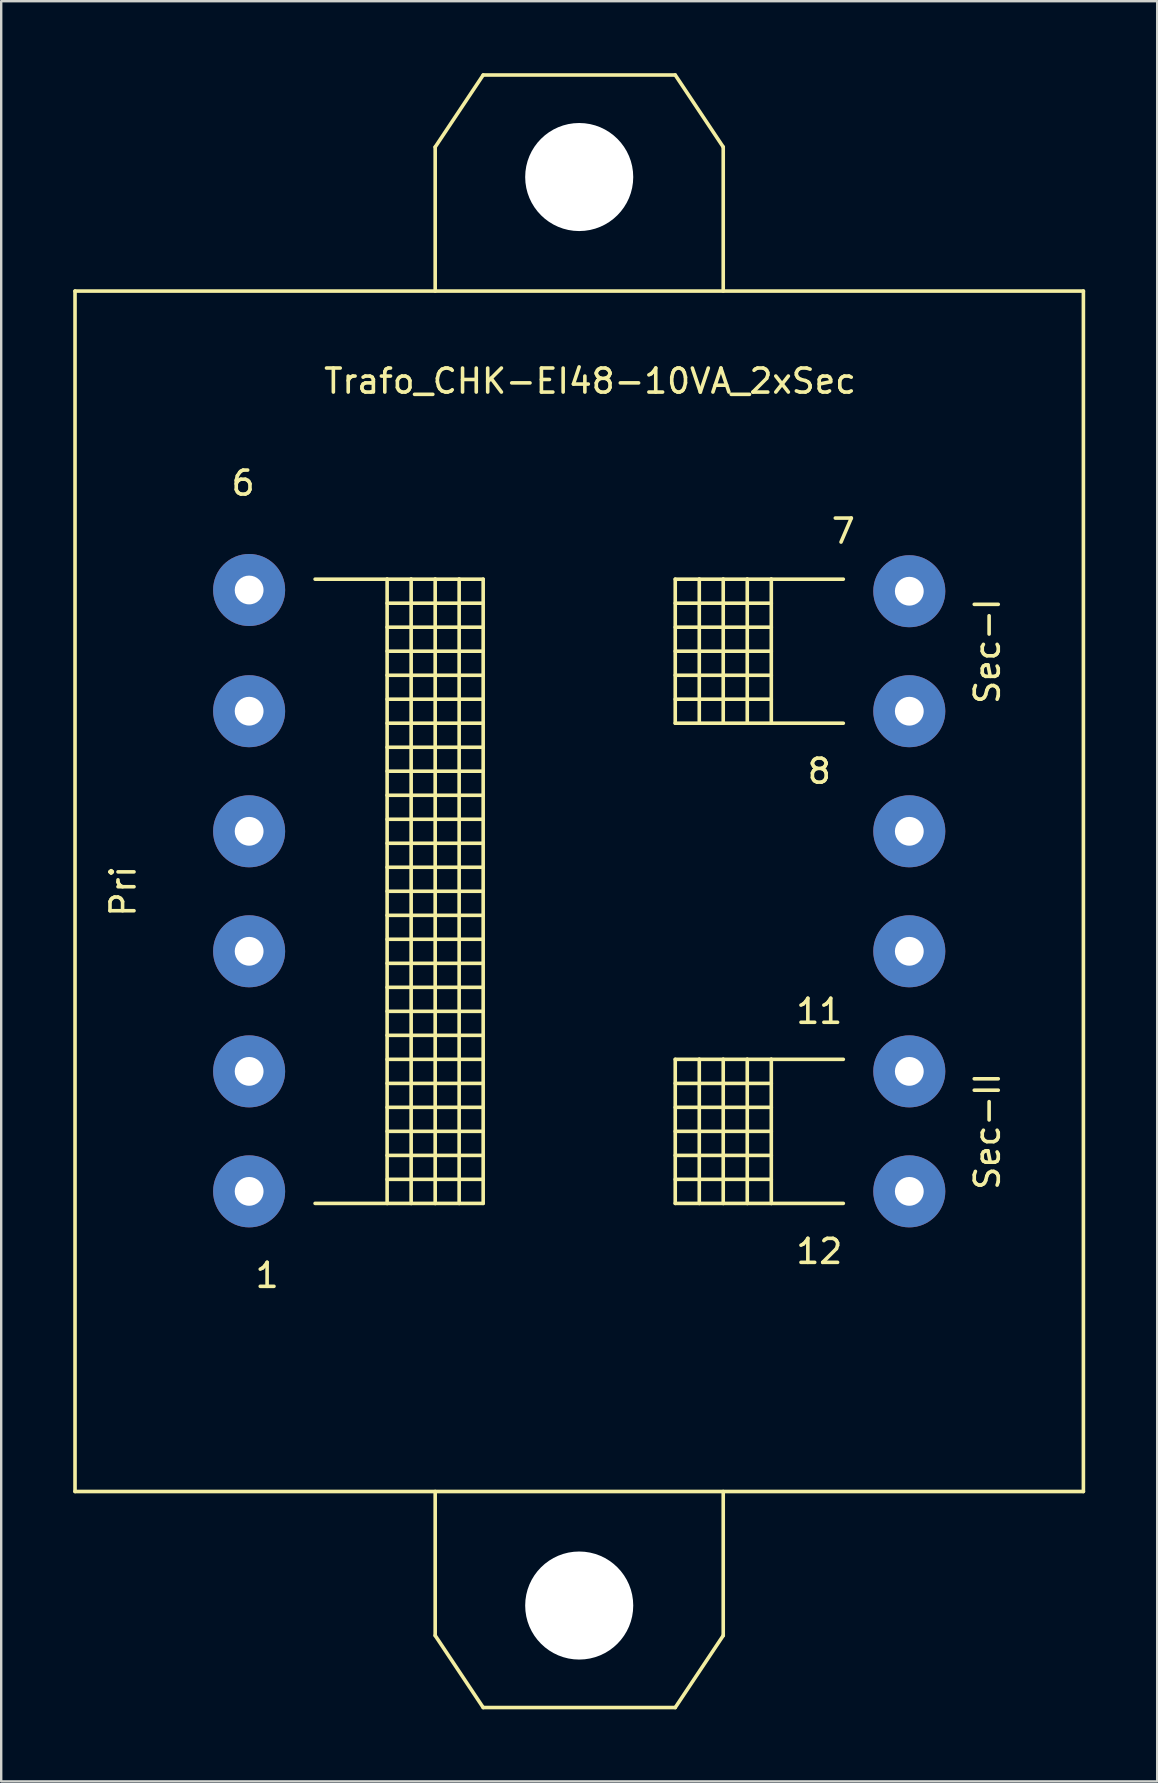
<source format=kicad_pcb>
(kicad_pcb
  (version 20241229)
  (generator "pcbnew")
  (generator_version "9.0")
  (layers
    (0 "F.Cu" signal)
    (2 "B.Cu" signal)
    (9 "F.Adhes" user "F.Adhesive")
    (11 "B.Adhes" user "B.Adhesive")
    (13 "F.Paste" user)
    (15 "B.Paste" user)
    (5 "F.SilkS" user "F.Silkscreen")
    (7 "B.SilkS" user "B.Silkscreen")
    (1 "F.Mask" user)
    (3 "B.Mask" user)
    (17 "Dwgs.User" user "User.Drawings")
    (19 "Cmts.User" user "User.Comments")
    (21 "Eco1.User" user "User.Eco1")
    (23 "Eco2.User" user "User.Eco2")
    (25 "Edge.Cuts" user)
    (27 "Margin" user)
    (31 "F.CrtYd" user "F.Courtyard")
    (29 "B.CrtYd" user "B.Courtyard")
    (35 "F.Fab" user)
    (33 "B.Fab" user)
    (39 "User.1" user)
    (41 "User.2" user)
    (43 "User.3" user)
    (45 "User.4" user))
  (footprint "Trafo_CHK-EI48-10VA_2xSec"
    (layer "F.Cu")
    (at 21.076 34.075)
    (property "Reference" "Trafo_CHK-EI48-10VA_2xSec" (at 0.45 -21.25 0) (layer "F.SilkS") (effects (font (size 1 1) (thickness 0.15))))
    (attr through_hole)
    (fp_line (start -21.001 -25.001) (end -21.001 25.001) (stroke (width 0.15) (type solid)) (layer "F.SilkS"))
    (fp_line (start -21.001 25.001) (end 21.001 25.001) (stroke (width 0.15) (type solid)) (layer "F.SilkS"))
    (fp_line (start -11.001 -13) (end -8.001 -13) (stroke (width 0.15) (type solid)) (layer "F.SilkS"))
    (fp_line (start -8.001 -13) (end -8.001 13) (stroke (width 0.15) (type solid)) (layer "F.SilkS"))
    (fp_line (start -8.001 -13) (end -7 -13) (stroke (width 0.15) (type solid)) (layer "F.SilkS"))
    (fp_line (start -8.001 -11.999) (end -4 -11.999) (stroke (width 0.15) (type solid)) (layer "F.SilkS"))
    (fp_line (start -8.001 -11.001) (end -4 -11.001) (stroke (width 0.15) (type solid)) (layer "F.SilkS"))
    (fp_line (start -8.001 -10) (end -4 -10) (stroke (width 0.15) (type solid)) (layer "F.SilkS"))
    (fp_line (start -8.001 -8.999) (end -4 -8.999) (stroke (width 0.15) (type solid)) (layer "F.SilkS"))
    (fp_line (start -8.001 -8.001) (end -4 -8.001) (stroke (width 0.15) (type solid)) (layer "F.SilkS"))
    (fp_line (start -8.001 -7) (end -4 -7) (stroke (width 0.15) (type solid)) (layer "F.SilkS"))
    (fp_line (start -8.001 -5.999) (end -4 -5.999) (stroke (width 0.15) (type solid)) (layer "F.SilkS"))
    (fp_line (start -8.001 -5.001) (end -4 -5.001) (stroke (width 0.15) (type solid)) (layer "F.SilkS"))
    (fp_line (start -8.001 -4) (end -4 -4) (stroke (width 0.15) (type solid)) (layer "F.SilkS"))
    (fp_line (start -8.001 -3) (end -4 -3) (stroke (width 0.15) (type solid)) (layer "F.SilkS"))
    (fp_line (start -8.001 -1.999) (end -4 -1.999) (stroke (width 0.15) (type solid)) (layer "F.SilkS"))
    (fp_line (start -8.001 -1.001) (end -4 -1.001) (stroke (width 0.15) (type solid)) (layer "F.SilkS"))
    (fp_line (start -8.001 0) (end -4 0) (stroke (width 0.15) (type solid)) (layer "F.SilkS"))
    (fp_line (start -8.001 1.001) (end -4 1.001) (stroke (width 0.15) (type solid)) (layer "F.SilkS"))
    (fp_line (start -8.001 1.999) (end -4 1.999) (stroke (width 0.15) (type solid)) (layer "F.SilkS"))
    (fp_line (start -8.001 3) (end -4 3) (stroke (width 0.15) (type solid)) (layer "F.SilkS"))
    (fp_line (start -8.001 4) (end -4 4) (stroke (width 0.15) (type solid)) (layer "F.SilkS"))
    (fp_line (start -8.001 5.001) (end -4 5.001) (stroke (width 0.15) (type solid)) (layer "F.SilkS"))
    (fp_line (start -8.001 5.999) (end -4 5.999) (stroke (width 0.15) (type solid)) (layer "F.SilkS"))
    (fp_line (start -8.001 7) (end -4 7) (stroke (width 0.15) (type solid)) (layer "F.SilkS"))
    (fp_line (start -8.001 8.001) (end -4 8.001) (stroke (width 0.15) (type solid)) (layer "F.SilkS"))
    (fp_line (start -8.001 8.999) (end -4 8.999) (stroke (width 0.15) (type solid)) (layer "F.SilkS"))
    (fp_line (start -8.001 10) (end -4 10) (stroke (width 0.15) (type solid)) (layer "F.SilkS"))
    (fp_line (start -8.001 11.999) (end -4 11.999) (stroke (width 0.15) (type solid)) (layer "F.SilkS"))
    (fp_line (start -8.001 13) (end -11.001 13) (stroke (width 0.15) (type solid)) (layer "F.SilkS"))
    (fp_line (start -7 -13) (end -7 13) (stroke (width 0.15) (type solid)) (layer "F.SilkS"))
    (fp_line (start -7 -13) (end -5.999 -13) (stroke (width 0.15) (type solid)) (layer "F.SilkS"))
    (fp_line (start -7 11.001) (end -8.001 11.001) (stroke (width 0.15) (type solid)) (layer "F.SilkS"))
    (fp_line (start -7 11.001) (end -4 11.001) (stroke (width 0.15) (type solid)) (layer "F.SilkS"))
    (fp_line (start -7 13) (end -8.001 13) (stroke (width 0.15) (type solid)) (layer "F.SilkS"))
    (fp_line (start -5.999 -31.001) (end -5.999 -25.001) (stroke (width 0.15) (type solid)) (layer "F.SilkS"))
    (fp_line (start -5.999 -13) (end -5.999 13) (stroke (width 0.15) (type solid)) (layer "F.SilkS"))
    (fp_line (start -5.999 -13) (end -5.001 -13) (stroke (width 0.15) (type solid)) (layer "F.SilkS"))
    (fp_line (start -5.999 13) (end -7 13) (stroke (width 0.15) (type solid)) (layer "F.SilkS"))
    (fp_line (start -5.999 31.001) (end -5.999 25.001) (stroke (width 0.15) (type solid)) (layer "F.SilkS"))
    (fp_line (start -5.001 -13) (end -5.001 13) (stroke (width 0.15) (type solid)) (layer "F.SilkS"))
    (fp_line (start -5.001 -13) (end -4 -13) (stroke (width 0.15) (type solid)) (layer "F.SilkS"))
    (fp_line (start -5.001 13) (end -5.999 13) (stroke (width 0.15) (type solid)) (layer "F.SilkS"))
    (fp_line (start -4 -34) (end -5.999 -31.001) (stroke (width 0.15) (type solid)) (layer "F.SilkS"))
    (fp_line (start -4 -13) (end -4 13) (stroke (width 0.15) (type solid)) (layer "F.SilkS"))
    (fp_line (start -4 13) (end -5.001 13) (stroke (width 0.15) (type solid)) (layer "F.SilkS"))
    (fp_line (start -4 34) (end -5.999 31.001) (stroke (width 0.15) (type solid)) (layer "F.SilkS"))
    (fp_line (start 4 -34) (end -4 -34) (stroke (width 0.15) (type solid)) (layer "F.SilkS"))
    (fp_line (start 4 -13) (end 4 -7) (stroke (width 0.15) (type solid)) (layer "F.SilkS"))
    (fp_line (start 4 -11.999) (end 8.001 -11.999) (stroke (width 0.15) (type solid)) (layer "F.SilkS"))
    (fp_line (start 4 -11.001) (end 8.001 -11.001) (stroke (width 0.15) (type solid)) (layer "F.SilkS"))
    (fp_line (start 4 -10) (end 8.001 -10) (stroke (width 0.15) (type solid)) (layer "F.SilkS"))
    (fp_line (start 4 -8.999) (end 8.001 -8.999) (stroke (width 0.15) (type solid)) (layer "F.SilkS"))
    (fp_line (start 4 -8.001) (end 8.001 -8.001) (stroke (width 0.15) (type solid)) (layer "F.SilkS"))
    (fp_line (start 4 -7) (end 5.001 -7) (stroke (width 0.15) (type solid)) (layer "F.SilkS"))
    (fp_line (start 4 7) (end 4 13) (stroke (width 0.15) (type solid)) (layer "F.SilkS"))
    (fp_line (start 4 8.001) (end 8.001 8.001) (stroke (width 0.15) (type solid)) (layer "F.SilkS"))
    (fp_line (start 4 8.999) (end 8.001 8.999) (stroke (width 0.15) (type solid)) (layer "F.SilkS"))
    (fp_line (start 4 10) (end 8.001 10) (stroke (width 0.15) (type solid)) (layer "F.SilkS"))
    (fp_line (start 4 11.001) (end 8.001 11.001) (stroke (width 0.15) (type solid)) (layer "F.SilkS"))
    (fp_line (start 4 11.999) (end 8.001 11.999) (stroke (width 0.15) (type solid)) (layer "F.SilkS"))
    (fp_line (start 4 13) (end 5.001 13) (stroke (width 0.15) (type solid)) (layer "F.SilkS"))
    (fp_line (start 4 34) (end -4 34) (stroke (width 0.15) (type solid)) (layer "F.SilkS"))
    (fp_line (start 5.001 -13) (end 4 -13) (stroke (width 0.15) (type solid)) (layer "F.SilkS"))
    (fp_line (start 5.001 -13) (end 5.001 -7) (stroke (width 0.15) (type solid)) (layer "F.SilkS"))
    (fp_line (start 5.001 -7) (end 5.999 -7) (stroke (width 0.15) (type solid)) (layer "F.SilkS"))
    (fp_line (start 5.001 7) (end 4 7) (stroke (width 0.15) (type solid)) (layer "F.SilkS"))
    (fp_line (start 5.001 7) (end 5.001 13) (stroke (width 0.15) (type solid)) (layer "F.SilkS"))
    (fp_line (start 5.001 13) (end 5.999 13) (stroke (width 0.15) (type solid)) (layer "F.SilkS"))
    (fp_line (start 5.999 -31.001) (end 4 -34) (stroke (width 0.15) (type solid)) (layer "F.SilkS"))
    (fp_line (start 5.999 -25.001) (end 5.999 -31.001) (stroke (width 0.15) (type solid)) (layer "F.SilkS"))
    (fp_line (start 5.999 -13) (end 5.001 -13) (stroke (width 0.15) (type solid)) (layer "F.SilkS"))
    (fp_line (start 5.999 -13) (end 5.999 -7) (stroke (width 0.15) (type solid)) (layer "F.SilkS"))
    (fp_line (start 5.999 -7) (end 7 -7) (stroke (width 0.15) (type solid)) (layer "F.SilkS"))
    (fp_line (start 5.999 7) (end 5.001 7) (stroke (width 0.15) (type solid)) (layer "F.SilkS"))
    (fp_line (start 5.999 7) (end 5.999 13) (stroke (width 0.15) (type solid)) (layer "F.SilkS"))
    (fp_line (start 5.999 13) (end 7 13) (stroke (width 0.15) (type solid)) (layer "F.SilkS"))
    (fp_line (start 5.999 25.001) (end 5.999 31.001) (stroke (width 0.15) (type solid)) (layer "F.SilkS"))
    (fp_line (start 5.999 31.001) (end 4 34) (stroke (width 0.15) (type solid)) (layer "F.SilkS"))
    (fp_line (start 7 -13) (end 5.999 -13) (stroke (width 0.15) (type solid)) (layer "F.SilkS"))
    (fp_line (start 7 -13) (end 7 -7) (stroke (width 0.15) (type solid)) (layer "F.SilkS"))
    (fp_line (start 7 -7) (end 8.001 -7) (stroke (width 0.15) (type solid)) (layer "F.SilkS"))
    (fp_line (start 7 7) (end 5.999 7) (stroke (width 0.15) (type solid)) (layer "F.SilkS"))
    (fp_line (start 7 7) (end 7 13) (stroke (width 0.15) (type solid)) (layer "F.SilkS"))
    (fp_line (start 7 13) (end 8.001 13) (stroke (width 0.15) (type solid)) (layer "F.SilkS"))
    (fp_line (start 8.001 -13) (end 7 -13) (stroke (width 0.15) (type solid)) (layer "F.SilkS"))
    (fp_line (start 8.001 -13) (end 8.001 -7) (stroke (width 0.15) (type solid)) (layer "F.SilkS"))
    (fp_line (start 8.001 -7) (end 11.001 -7) (stroke (width 0.15) (type solid)) (layer "F.SilkS"))
    (fp_line (start 8.001 7) (end 7 7) (stroke (width 0.15) (type solid)) (layer "F.SilkS"))
    (fp_line (start 8.001 7) (end 8.001 13) (stroke (width 0.15) (type solid)) (layer "F.SilkS"))
    (fp_line (start 8.001 13) (end 11.001 13) (stroke (width 0.15) (type solid)) (layer "F.SilkS"))
    (fp_line (start 11.001 -13) (end 8.001 -13) (stroke (width 0.15) (type solid)) (layer "F.SilkS"))
    (fp_line (start 11.001 7) (end 8.001 7) (stroke (width 0.15) (type solid)) (layer "F.SilkS"))
    (fp_line (start 21.001 -25.001) (end -21.001 -25.001) (stroke (width 0.15) (type solid)) (layer "F.SilkS"))
    (fp_line (start 21.001 25.001) (end 21.001 -25.001) (stroke (width 0.15) (type solid)) (layer "F.SilkS"))
    (fp_text user "Pri" (at -18.999 0 90) (layer "F.SilkS") (effects (font (size 1 1) (thickness 0.15))))
    (fp_text user "8" (at 10 -5.001 0) (layer "F.SilkS") (effects (font (size 1 1) (thickness 0.15))))
    (fp_text user "Sec-II" (at 17 10 90) (layer "F.SilkS") (effects (font (size 1 1) (thickness 0.15))))
    (fp_text user "7" (at 11.001 -15.001 0) (layer "F.SilkS") (effects (font (size 1 1) (thickness 0.15))))
    (fp_text user "11" (at 10 5.001 0) (layer "F.SilkS") (effects (font (size 1 1) (thickness 0.15))))
    (fp_text user "Sec-I" (at 17 -10 90) (layer "F.SilkS") (effects (font (size 1 1) (thickness 0.15))))
    (fp_text user "6" (at -14 -17 0) (layer "F.SilkS") (effects (font (size 1 1) (thickness 0.15))))
    (fp_text user "1" (at -13 15.999 0) (layer "F.SilkS") (effects (font (size 1 1) (thickness 0.15))))
    (fp_text user "12" (at 10 15.001 0) (layer "F.SilkS") (effects (font (size 1 1) (thickness 0.15))))
    (pad "" np_thru_hole circle (at 0 -29.751) (size 4.501 4.501) (drill 4.501) (layers "*.Cu" "*.Mask"))
    (pad "" np_thru_hole circle (at 0 29.751) (size 4.501 4.501) (drill 4.501) (layers "*.Cu" "*.Mask"))
    (pad "1" thru_hole circle (at -13.749 12.499) (size 3 3) (drill 1.199) (layers "*.Cu" "*.Mask"))
    (pad "2" thru_hole circle (at -13.749 7.501) (size 3 3) (drill 1.199) (layers "*.Cu" "*.Mask"))
    (pad "3" thru_hole circle (at -13.749 2.499) (size 3 3) (drill 1.199) (layers "*.Cu" "*.Mask"))
    (pad "4" thru_hole circle (at -13.749 -2.499) (size 3 3) (drill 1.199) (layers "*.Cu" "*.Mask"))
    (pad "5" thru_hole circle (at -13.749 -7.501) (size 3 3) (drill 1.199) (layers "*.Cu" "*.Mask"))
    (pad "6" thru_hole circle (at -13.749 -12.55) (size 3 3) (drill 1.199) (layers "*.Cu" "*.Mask"))
    (pad "7" thru_hole circle (at 13.749 -12.499) (size 3 3) (drill 1.199) (layers "*.Cu" "*.Mask"))
    (pad "8" thru_hole circle (at 13.749 -7.501) (size 3 3) (drill 1.199) (layers "*.Cu" "*.Mask"))
    (pad "9" thru_hole circle (at 13.749 -2.499) (size 3 3) (drill 1.199) (layers "*.Cu" "*.Mask"))
    (pad "10" thru_hole circle (at 13.749 2.499) (size 3 3) (drill 1.199) (layers "*.Cu" "*.Mask"))
    (pad "11" thru_hole circle (at 13.749 7.501) (size 3 3) (drill 1.199) (layers "*.Cu" "*.Mask"))
    (pad "12" thru_hole circle (at 13.749 12.499) (size 3 3) (drill 1.199) (layers "*.Cu" "*.Mask")))
  (gr_rect
    (start -3 -3)
    (end 45.151 71.151)
    (stroke (width 0.1) (type default))
    (fill no)
    (layer "Edge.Cuts")))
</source>
